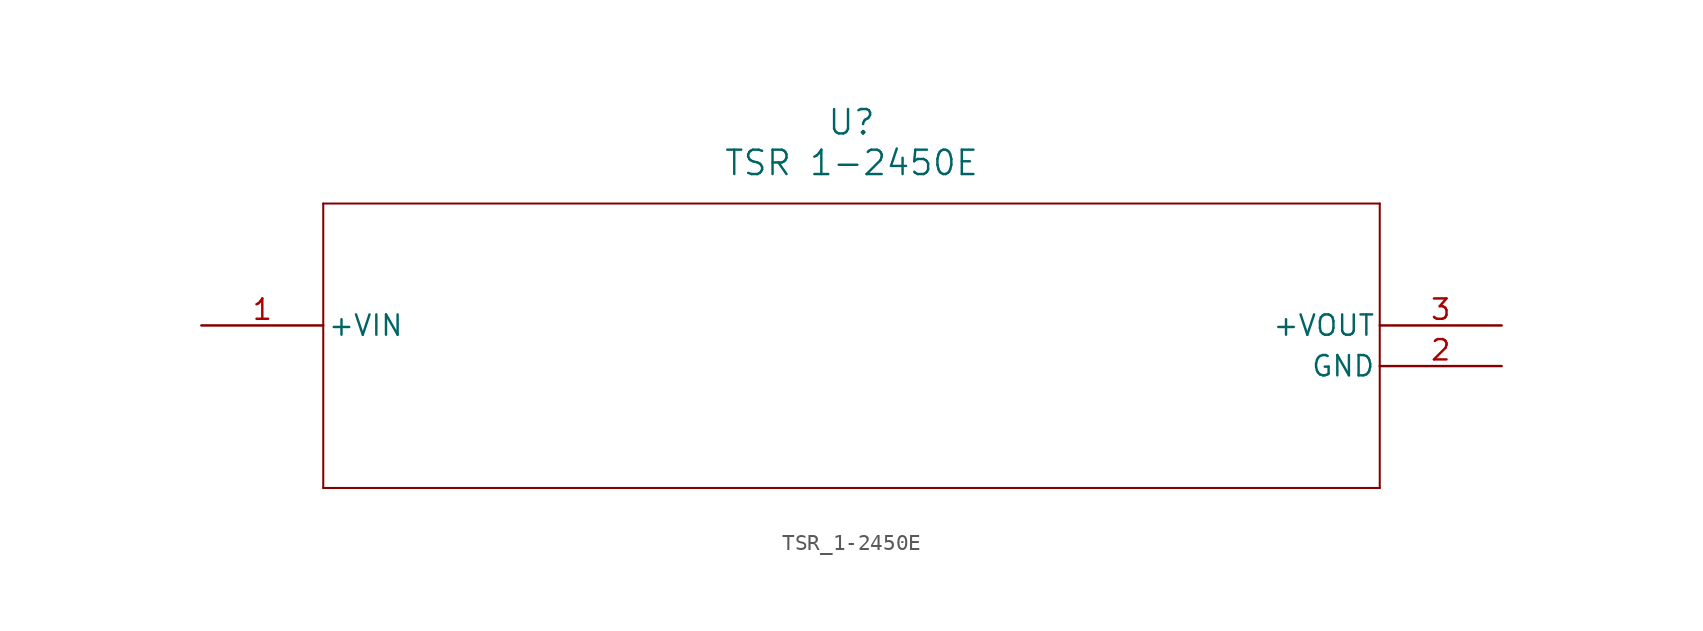
<source format=kicad_sym>
(kicad_symbol_lib
  (version 20211014)
  (generator kicad_symbol_editor)
  (symbol "TSR_1-2450E"
    (pin_names
      (offset 0.254))
    (property "Reference" "U"
      (at 40.64 12.7 0)
      (effects (font (size 1.524 1.524))))
    (property "Value" "TSR 1-2450E"
      (at 40.64 10.16 0)
      (effects (font (size 1.524 1.524))))
    (symbol "TSR_1-2450E_0_1"
      (polyline (pts (xy 7.62 7.62) (xy 7.62 -10.16)) (stroke (width 0.127) (type default) (color 0 0 0 0)) (fill (type none)))
      (polyline (pts (xy 7.62 -10.16) (xy 73.66 -10.16)) (stroke (width 0.127) (type default) (color 0 0 0 0)) (fill (type none)))
      (polyline (pts (xy 73.66 -10.16) (xy 73.66 7.62)) (stroke (width 0.127) (type default) (color 0 0 0 0)) (fill (type none)))
      (polyline (pts (xy 73.66 7.62) (xy 7.62 7.62)) (stroke (width 0.127) (type default) (color 0 0 0 0)) (fill (type none)))
      (pin power_in line (at 0 0 0) (length 7.62) (name "+VIN" (effects (font (size 1.27 1.27)))) (number "1" (effects (font (size 1.27 1.27)))))
      (pin power_out line (at 81.28 -2.54 180) (length 7.62) (name "GND" (effects (font (size 1.27 1.27)))) (number "2" (effects (font (size 1.27 1.27)))))
      (pin output line (at 81.28 0 180) (length 7.62) (name "+VOUT" (effects (font (size 1.27 1.27)))) (number "3" (effects (font (size 1.27 1.27))))))))
</source>
